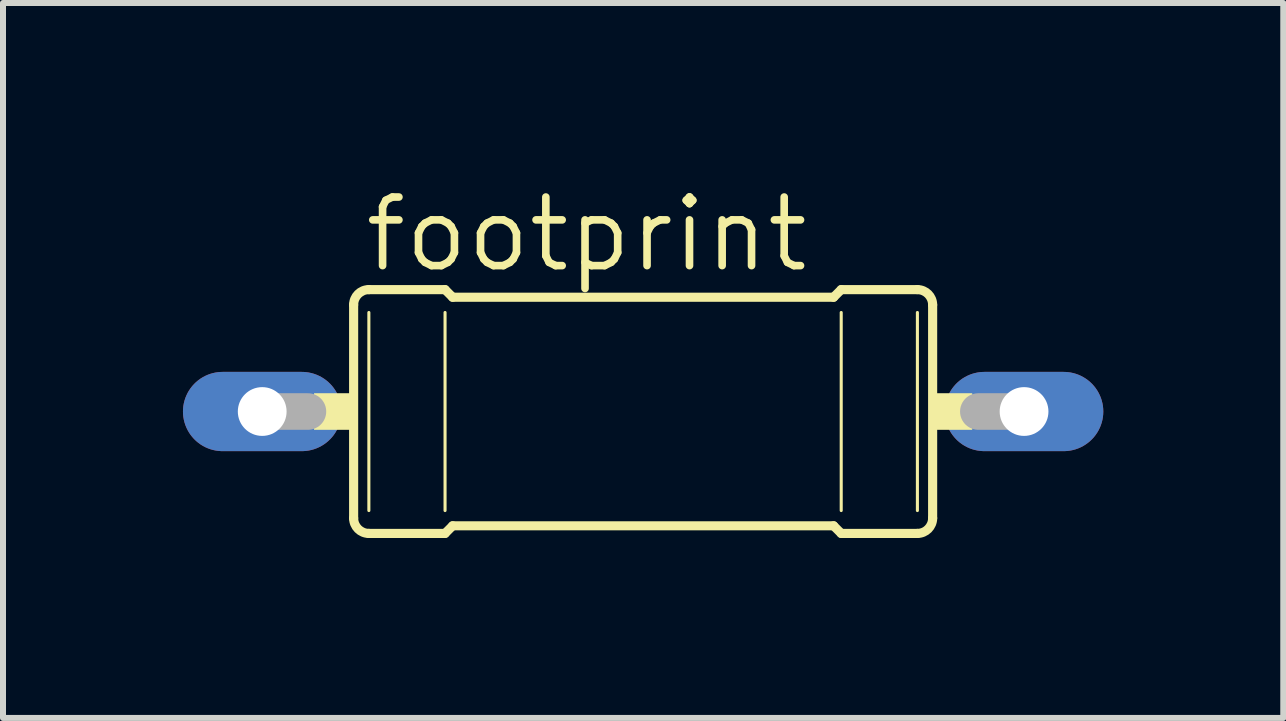
<source format=kicad_pcb>
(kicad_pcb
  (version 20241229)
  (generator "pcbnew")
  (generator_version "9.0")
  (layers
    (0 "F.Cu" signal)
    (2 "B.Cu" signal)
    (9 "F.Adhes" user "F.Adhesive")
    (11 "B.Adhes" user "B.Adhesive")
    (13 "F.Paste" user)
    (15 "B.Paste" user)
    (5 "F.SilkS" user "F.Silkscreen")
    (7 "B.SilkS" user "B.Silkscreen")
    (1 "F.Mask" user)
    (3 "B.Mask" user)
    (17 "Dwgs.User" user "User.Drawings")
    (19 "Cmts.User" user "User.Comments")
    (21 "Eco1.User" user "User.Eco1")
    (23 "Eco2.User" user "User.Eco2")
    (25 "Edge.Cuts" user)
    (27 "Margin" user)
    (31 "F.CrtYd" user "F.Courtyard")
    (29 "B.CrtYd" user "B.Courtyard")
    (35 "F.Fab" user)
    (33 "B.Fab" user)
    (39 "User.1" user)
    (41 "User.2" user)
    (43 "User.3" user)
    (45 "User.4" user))
  (footprint "footprint"
    (layer "F.Cu")
    (at 7.671 3.81)
    (property "Reference" "footprint" (at -4.699 -2.286 0) (layer "F.SilkS") (effects (font (size 1.143 1.143) (thickness 0.127)) (justify left bottom)))
    (fp_line (start -4.826 1.778) (end -4.826 -1.778) (stroke (width 0.152) (type solid)) (layer "F.SilkS"))
    (fp_line (start -4.572 -2.032) (end -3.302 -2.032) (stroke (width 0.152) (type solid)) (layer "F.SilkS"))
    (fp_line (start -4.572 -1.651) (end -4.572 1.651) (stroke (width 0.051) (type solid)) (layer "F.SilkS"))
    (fp_line (start -4.572 2.032) (end -3.302 2.032) (stroke (width 0.152) (type solid)) (layer "F.SilkS"))
    (fp_line (start -3.302 -1.651) (end -3.302 1.651) (stroke (width 0.051) (type solid)) (layer "F.SilkS"))
    (fp_line (start -3.175 -1.905) (end -3.302 -2.032) (stroke (width 0.152) (type solid)) (layer "F.SilkS"))
    (fp_line (start -3.175 1.905) (end -3.302 2.032) (stroke (width 0.152) (type solid)) (layer "F.SilkS"))
    (fp_line (start 3.175 -1.905) (end -3.175 -1.905) (stroke (width 0.152) (type solid)) (layer "F.SilkS"))
    (fp_line (start 3.175 -1.905) (end 3.302 -2.032) (stroke (width 0.152) (type solid)) (layer "F.SilkS"))
    (fp_line (start 3.175 1.905) (end -3.175 1.905) (stroke (width 0.152) (type solid)) (layer "F.SilkS"))
    (fp_line (start 3.175 1.905) (end 3.302 2.032) (stroke (width 0.152) (type solid)) (layer "F.SilkS"))
    (fp_line (start 3.302 -1.651) (end 3.302 1.651) (stroke (width 0.051) (type solid)) (layer "F.SilkS"))
    (fp_line (start 4.572 -2.032) (end 3.302 -2.032) (stroke (width 0.152) (type solid)) (layer "F.SilkS"))
    (fp_line (start 4.572 -1.651) (end 4.572 1.651) (stroke (width 0.051) (type solid)) (layer "F.SilkS"))
    (fp_line (start 4.572 2.032) (end 3.302 2.032) (stroke (width 0.152) (type solid)) (layer "F.SilkS"))
    (fp_line (start 4.826 1.778) (end 4.826 -1.778) (stroke (width 0.152) (type solid)) (layer "F.SilkS"))
    (fp_arc (start -4.826 -1.778) (mid -4.751605 -1.957605) (end -4.572 -2.032) (stroke (width 0.1524) (type solid)) (layer "F.SilkS"))
    (fp_arc (start -4.572 2.032) (mid -4.751605 1.957605) (end -4.826 1.778) (stroke (width 0.1524) (type solid)) (layer "F.SilkS"))
    (fp_arc (start 4.572 -2.032) (mid 4.751605 -1.957605) (end 4.826 -1.778) (stroke (width 0.1524) (type solid)) (layer "F.SilkS"))
    (fp_arc (start 4.826 1.778) (mid 4.751605 1.957605) (end 4.572 2.032) (stroke (width 0.1524) (type solid)) (layer "F.SilkS"))
    (fp_poly (pts (xy -5.486 0.305) (xy -4.826 0.305) (xy -4.826 -0.305) (xy -5.486 -0.305)) (stroke (width 0) (type solid)) (fill yes) (layer "F.SilkS"))
    (fp_poly (pts (xy 4.826 0.305) (xy 5.486 0.305) (xy 5.486 -0.305) (xy 4.826 -0.305)) (stroke (width 0) (type solid)) (fill yes) (layer "F.SilkS"))
    (fp_line (start -6.35 0) (end -5.588 0) (stroke (width 0.61) (type solid)) (layer "F.Fab"))
    (fp_line (start 6.35 0) (end 5.588 0) (stroke (width 0.61) (type solid)) (layer "F.Fab"))
    (pad "1" thru_hole oval (at -6.35 0) (size 2.642 1.321) (drill 0.813) (layers "*.Cu" "*.Mask"))
    (pad "2" thru_hole oval (at 6.35 0) (size 2.642 1.321) (drill 0.813) (layers "*.Cu" "*.Mask")))
  (gr_rect
    (start -3 -3)
    (end 18.342 8.918)
    (stroke (width 0.1) (type default))
    (fill no)
    (layer "Edge.Cuts")))
</source>
